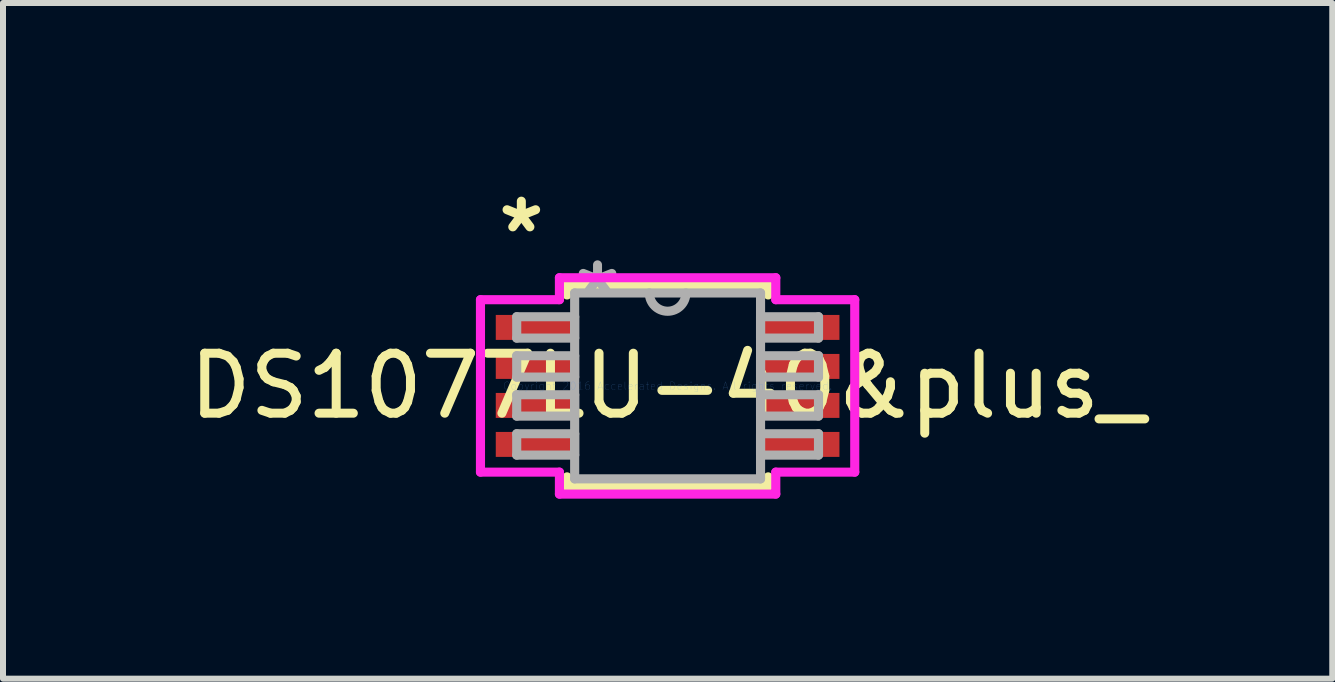
<source format=kicad_pcb>
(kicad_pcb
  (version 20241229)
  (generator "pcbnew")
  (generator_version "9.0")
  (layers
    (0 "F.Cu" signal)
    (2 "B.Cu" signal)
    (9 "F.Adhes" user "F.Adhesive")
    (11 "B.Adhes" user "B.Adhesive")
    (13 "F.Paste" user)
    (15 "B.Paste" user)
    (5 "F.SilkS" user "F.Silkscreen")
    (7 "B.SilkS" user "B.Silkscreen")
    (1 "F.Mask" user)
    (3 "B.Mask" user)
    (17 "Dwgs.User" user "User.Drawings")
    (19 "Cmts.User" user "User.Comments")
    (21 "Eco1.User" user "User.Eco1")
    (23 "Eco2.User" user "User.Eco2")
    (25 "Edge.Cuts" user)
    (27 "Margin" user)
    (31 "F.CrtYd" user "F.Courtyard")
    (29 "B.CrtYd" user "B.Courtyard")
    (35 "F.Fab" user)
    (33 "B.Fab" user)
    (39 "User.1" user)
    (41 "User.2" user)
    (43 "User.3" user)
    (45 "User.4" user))
  (footprint "DS1077LU-40&plus_"
    (layer "F.Cu")
    (at 8.077 3.382)
    (property "Reference" "DS1077LU-40&plus_" (at 0 0 0) (layer "F.SilkS") (effects (font (size 1 1) (thickness 0.15))))
    (attr through_hole)
    (fp_line (start -1.676 -1.676) (end -1.676 -1.516) (stroke (width 0.152) (type solid)) (layer "F.SilkS"))
    (fp_line (start -1.676 1.516) (end -1.676 1.676) (stroke (width 0.152) (type solid)) (layer "F.SilkS"))
    (fp_line (start -1.676 1.676) (end 1.676 1.676) (stroke (width 0.152) (type solid)) (layer "F.SilkS"))
    (fp_line (start 1.676 -1.676) (end -1.676 -1.676) (stroke (width 0.152) (type solid)) (layer "F.SilkS"))
    (fp_line (start 1.676 -1.516) (end 1.676 -1.676) (stroke (width 0.152) (type solid)) (layer "F.SilkS"))
    (fp_line (start 1.676 1.676) (end 1.676 1.516) (stroke (width 0.152) (type solid)) (layer "F.SilkS"))
    (fp_line (start -3.119 -1.437) (end -1.803 -1.437) (stroke (width 0.152) (type solid)) (layer "F.CrtYd"))
    (fp_line (start -3.119 1.437) (end -3.119 -1.437) (stroke (width 0.152) (type solid)) (layer "F.CrtYd"))
    (fp_line (start -1.803 -1.803) (end 1.803 -1.803) (stroke (width 0.152) (type solid)) (layer "F.CrtYd"))
    (fp_line (start -1.803 -1.437) (end -1.803 -1.803) (stroke (width 0.152) (type solid)) (layer "F.CrtYd"))
    (fp_line (start -1.803 1.437) (end -3.119 1.437) (stroke (width 0.152) (type solid)) (layer "F.CrtYd"))
    (fp_line (start -1.803 1.803) (end -1.803 1.437) (stroke (width 0.152) (type solid)) (layer "F.CrtYd"))
    (fp_line (start 1.803 -1.803) (end 1.803 -1.437) (stroke (width 0.152) (type solid)) (layer "F.CrtYd"))
    (fp_line (start 1.803 -1.437) (end 3.119 -1.437) (stroke (width 0.152) (type solid)) (layer "F.CrtYd"))
    (fp_line (start 1.803 1.437) (end 1.803 1.803) (stroke (width 0.152) (type solid)) (layer "F.CrtYd"))
    (fp_line (start 1.803 1.803) (end -1.803 1.803) (stroke (width 0.152) (type solid)) (layer "F.CrtYd"))
    (fp_line (start 3.119 -1.437) (end 3.119 1.437) (stroke (width 0.152) (type solid)) (layer "F.CrtYd"))
    (fp_line (start 3.119 1.437) (end 1.803 1.437) (stroke (width 0.152) (type solid)) (layer "F.CrtYd"))
    (fp_line (start -2.515 -1.153) (end -2.515 -0.797) (stroke (width 0.152) (type solid)) (layer "F.Fab"))
    (fp_line (start -2.515 -0.797) (end -1.549 -0.797) (stroke (width 0.152) (type solid)) (layer "F.Fab"))
    (fp_line (start -2.515 -0.503) (end -2.515 -0.147) (stroke (width 0.152) (type solid)) (layer "F.Fab"))
    (fp_line (start -2.515 -0.147) (end -1.549 -0.147) (stroke (width 0.152) (type solid)) (layer "F.Fab"))
    (fp_line (start -2.515 0.147) (end -2.515 0.503) (stroke (width 0.152) (type solid)) (layer "F.Fab"))
    (fp_line (start -2.515 0.503) (end -1.549 0.503) (stroke (width 0.152) (type solid)) (layer "F.Fab"))
    (fp_line (start -2.515 0.797) (end -2.515 1.153) (stroke (width 0.152) (type solid)) (layer "F.Fab"))
    (fp_line (start -2.515 1.153) (end -1.549 1.153) (stroke (width 0.152) (type solid)) (layer "F.Fab"))
    (fp_line (start -1.549 -1.549) (end -1.549 1.549) (stroke (width 0.152) (type solid)) (layer "F.Fab"))
    (fp_line (start -1.549 -1.153) (end -2.515 -1.153) (stroke (width 0.152) (type solid)) (layer "F.Fab"))
    (fp_line (start -1.549 -0.797) (end -1.549 -1.153) (stroke (width 0.152) (type solid)) (layer "F.Fab"))
    (fp_line (start -1.549 -0.503) (end -2.515 -0.503) (stroke (width 0.152) (type solid)) (layer "F.Fab"))
    (fp_line (start -1.549 -0.147) (end -1.549 -0.503) (stroke (width 0.152) (type solid)) (layer "F.Fab"))
    (fp_line (start -1.549 0.147) (end -2.515 0.147) (stroke (width 0.152) (type solid)) (layer "F.Fab"))
    (fp_line (start -1.549 0.503) (end -1.549 0.147) (stroke (width 0.152) (type solid)) (layer "F.Fab"))
    (fp_line (start -1.549 0.797) (end -2.515 0.797) (stroke (width 0.152) (type solid)) (layer "F.Fab"))
    (fp_line (start -1.549 1.153) (end -1.549 0.797) (stroke (width 0.152) (type solid)) (layer "F.Fab"))
    (fp_line (start -1.549 1.549) (end 1.549 1.549) (stroke (width 0.152) (type solid)) (layer "F.Fab"))
    (fp_line (start 1.549 -1.549) (end -1.549 -1.549) (stroke (width 0.152) (type solid)) (layer "F.Fab"))
    (fp_line (start 1.549 -1.153) (end 1.549 -0.797) (stroke (width 0.152) (type solid)) (layer "F.Fab"))
    (fp_line (start 1.549 -0.797) (end 2.515 -0.797) (stroke (width 0.152) (type solid)) (layer "F.Fab"))
    (fp_line (start 1.549 -0.503) (end 1.549 -0.147) (stroke (width 0.152) (type solid)) (layer "F.Fab"))
    (fp_line (start 1.549 -0.147) (end 2.515 -0.147) (stroke (width 0.152) (type solid)) (layer "F.Fab"))
    (fp_line (start 1.549 0.147) (end 1.549 0.503) (stroke (width 0.152) (type solid)) (layer "F.Fab"))
    (fp_line (start 1.549 0.503) (end 2.515 0.503) (stroke (width 0.152) (type solid)) (layer "F.Fab"))
    (fp_line (start 1.549 0.797) (end 1.549 1.153) (stroke (width 0.152) (type solid)) (layer "F.Fab"))
    (fp_line (start 1.549 1.153) (end 2.515 1.153) (stroke (width 0.152) (type solid)) (layer "F.Fab"))
    (fp_line (start 1.549 1.549) (end 1.549 -1.549) (stroke (width 0.152) (type solid)) (layer "F.Fab"))
    (fp_line (start 2.515 -1.153) (end 1.549 -1.153) (stroke (width 0.152) (type solid)) (layer "F.Fab"))
    (fp_line (start 2.515 -0.797) (end 2.515 -1.153) (stroke (width 0.152) (type solid)) (layer "F.Fab"))
    (fp_line (start 2.515 -0.503) (end 1.549 -0.503) (stroke (width 0.152) (type solid)) (layer "F.Fab"))
    (fp_line (start 2.515 -0.147) (end 2.515 -0.503) (stroke (width 0.152) (type solid)) (layer "F.Fab"))
    (fp_line (start 2.515 0.147) (end 1.549 0.147) (stroke (width 0.152) (type solid)) (layer "F.Fab"))
    (fp_line (start 2.515 0.503) (end 2.515 0.147) (stroke (width 0.152) (type solid)) (layer "F.Fab"))
    (fp_line (start 2.515 0.797) (end 1.549 0.797) (stroke (width 0.152) (type solid)) (layer "F.Fab"))
    (fp_line (start 2.515 1.153) (end 2.515 0.797) (stroke (width 0.152) (type solid)) (layer "F.Fab"))
    (fp_arc (start 0.3048 -1.5494) (mid 0 -1.2446) (end -0.3048 -1.5494) (stroke (width 0.1524) (type solid)) (layer "F.Fab"))
    (fp_text user "*" (at -2.438 -2.534 0) (layer "F.SilkS") (effects (font (size 1 1) (thickness 0.15))))
    (fp_text user "Copyright 2016 Accelerated Designs. All rights reserved." (at 0 0 0) (layer "Cmts.User") (effects (font (size 0.127 0.127) (thickness 0.002))))
    (fp_text user "*" (at -1.168 -1.473 0) (layer "F.Fab") (effects (font (size 1 1) (thickness 0.15))))
    (pad "1" smd rect (at -2.184 -0.975) (size 1.36 0.416) (layers "F.Cu" "F.Mask" "F.Paste"))
    (pad "2" smd rect (at -2.184 -0.325) (size 1.36 0.416) (layers "F.Cu" "F.Mask" "F.Paste"))
    (pad "3" smd rect (at -2.184 0.325) (size 1.36 0.416) (layers "F.Cu" "F.Mask" "F.Paste"))
    (pad "4" smd rect (at -2.184 0.975) (size 1.36 0.416) (layers "F.Cu" "F.Mask" "F.Paste"))
    (pad "5" smd rect (at 2.184 0.975) (size 1.36 0.416) (layers "F.Cu" "F.Mask" "F.Paste"))
    (pad "6" smd rect (at 2.184 0.325) (size 1.36 0.416) (layers "F.Cu" "F.Mask" "F.Paste"))
    (pad "7" smd rect (at 2.184 -0.325) (size 1.36 0.416) (layers "F.Cu" "F.Mask" "F.Paste"))
    (pad "8" smd rect (at 2.184 -0.975) (size 1.36 0.416) (layers "F.Cu" "F.Mask" "F.Paste")))
  (gr_rect
    (start -3 -3)
    (end 19.155 8.261)
    (stroke (width 0.1) (type default))
    (fill no)
    (layer "Edge.Cuts")))
</source>
